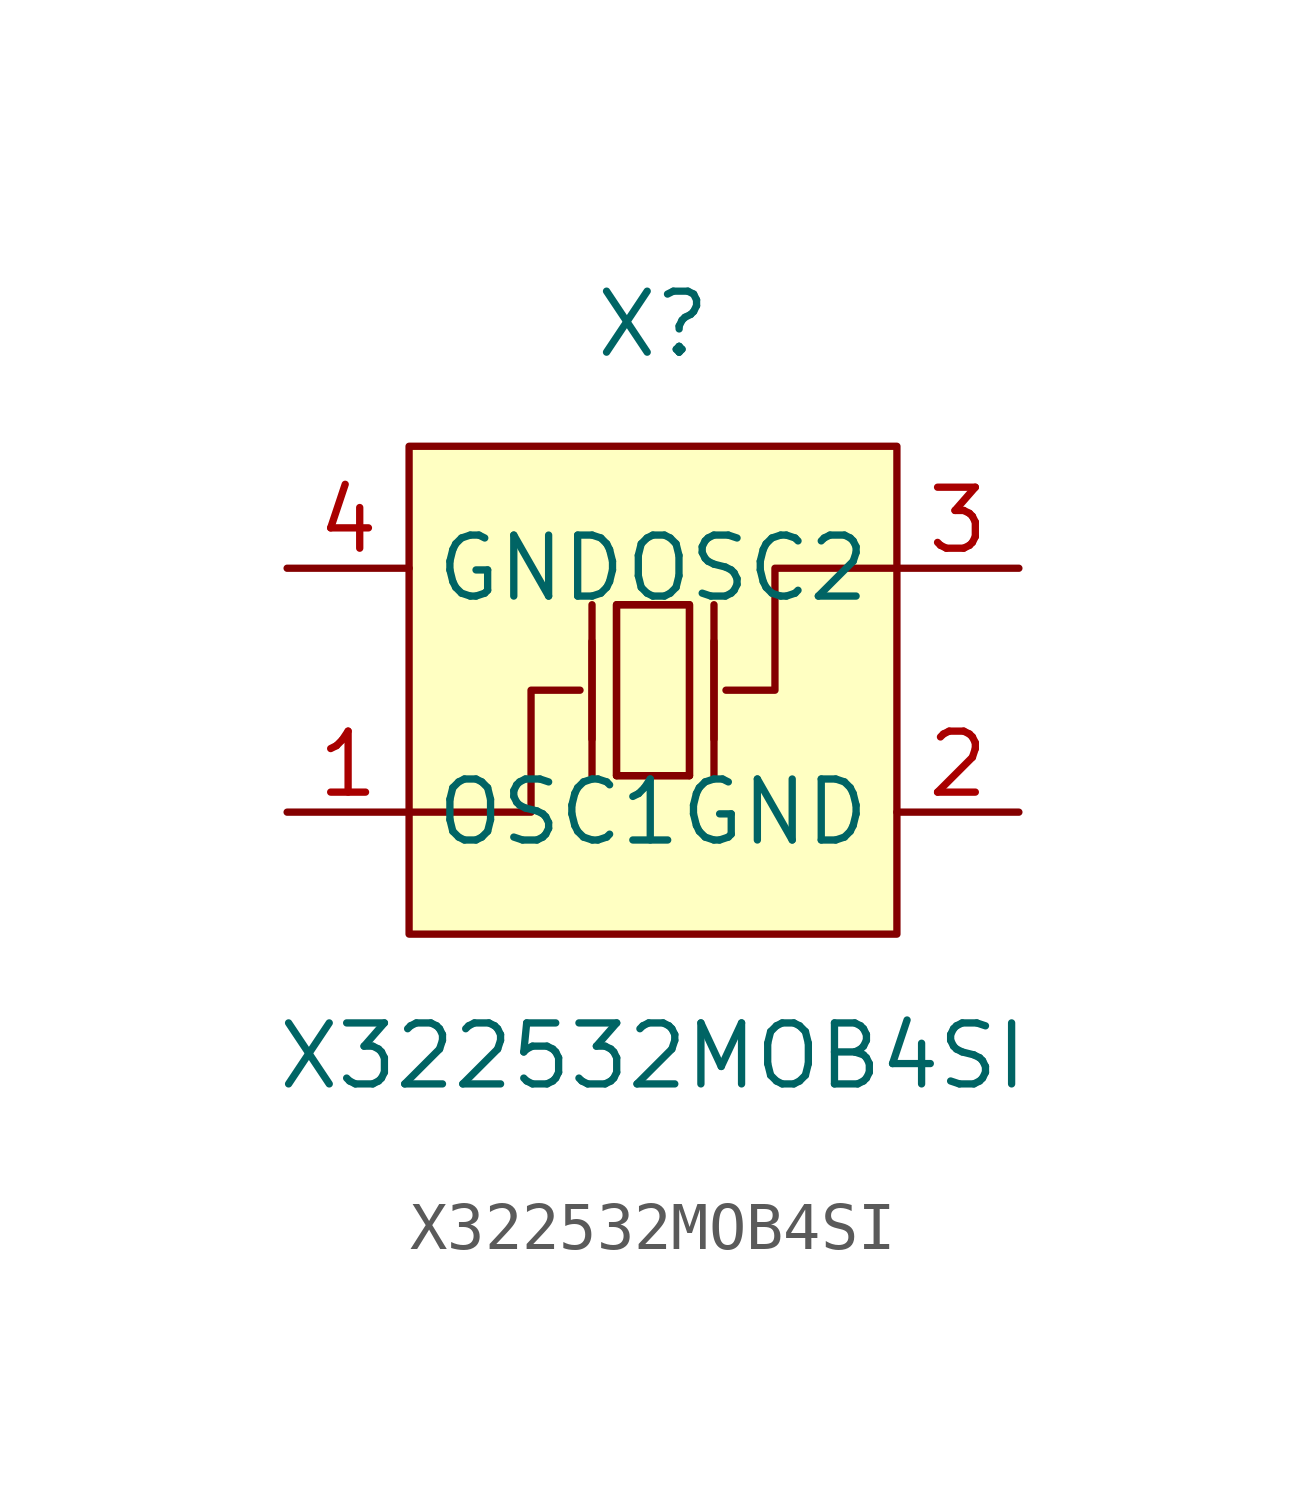
<source format=kicad_sym>
(kicad_symbol_lib
  (version 20211014)
  (generator https://github.com/uPesy/easyeda2kicad.py)
  (symbol "X322532MOB4SI"
    (property "Reference" "X"
      (at 0 7.62 0)
      (effects (font (size 1.27 1.27))))
    (property "Value" "X322532MOB4SI"
      (at 0 -7.62 0)
      (effects (font (size 1.27 1.27))))
    (symbol "X322532MOB4SI_0_1"
      (rectangle (start -5.08 5.08) (end 5.08 -5.08) (stroke (width 0) (type default) (color 0 0 0 0)) (fill (type background)))
      (polyline (pts (xy -1.27 -1.02) (xy -1.27 1.02)) (stroke (width 0) (type default) (color 0 0 0 0)) (fill (type none)))
      (polyline (pts (xy 0.76 -1.78) (xy -0.76 -1.78)) (stroke (width 0) (type default) (color 0 0 0 0)) (fill (type none)))
      (polyline (pts (xy 1.27 -1.02) (xy 1.27 1.02)) (stroke (width 0) (type default) (color 0 0 0 0)) (fill (type none)))
      (polyline (pts (xy -0.76 -1.78) (xy -0.76 1.78) (xy 0.76 1.78) (xy 0.76 -1.78)) (stroke (width 0) (type default) (color 0 0 0 0)) (fill (type none)))
      (polyline (pts (xy 5.08 2.54) (xy 2.54 2.54) (xy 2.54 -0.00) (xy 1.52 -0.00)) (stroke (width 0) (type default) (color 0 0 0 0)) (fill (type none)))
      (polyline (pts (xy -5.08 -2.54) (xy -2.54 -2.54) (xy -2.54 -0.00) (xy -1.52 -0.00)) (stroke (width 0) (type default) (color 0 0 0 0)) (fill (type none)))
      (polyline (pts (xy 1.27 -1.78) (xy 1.27 1.78)) (stroke (width 0) (type default) (color 0 0 0 0)) (fill (type none)))
      (polyline (pts (xy -1.27 -1.78) (xy -1.27 1.78)) (stroke (width 0) (type default) (color 0 0 0 0)) (fill (type none)))
      (polyline (pts (xy 0.76 1.78) (xy 0.76 -1.78) (xy -0.76 -1.78) (xy -0.76 1.78) (xy 0.76 1.78)) (stroke (width 0) (type default) (color 0 0 0 0)) (fill (type background)))
      (pin unspecified line (at -7.62 2.54 0) (length 2.54) (name "GND" (effects (font (size 1.27 1.27)))) (number "4" (effects (font (size 1.27 1.27)))))
      (pin unspecified line (at 7.62 -2.54 180) (length 2.54) (name "GND" (effects (font (size 1.27 1.27)))) (number "2" (effects (font (size 1.27 1.27)))))
      (pin unspecified line (at -7.62 -2.54 0) (length 2.54) (name "OSC1" (effects (font (size 1.27 1.27)))) (number "1" (effects (font (size 1.27 1.27)))))
      (pin unspecified line (at 7.62 2.54 180) (length 2.54) (name "OSC2" (effects (font (size 1.27 1.27)))) (number "3" (effects (font (size 1.27 1.27))))))))
</source>
